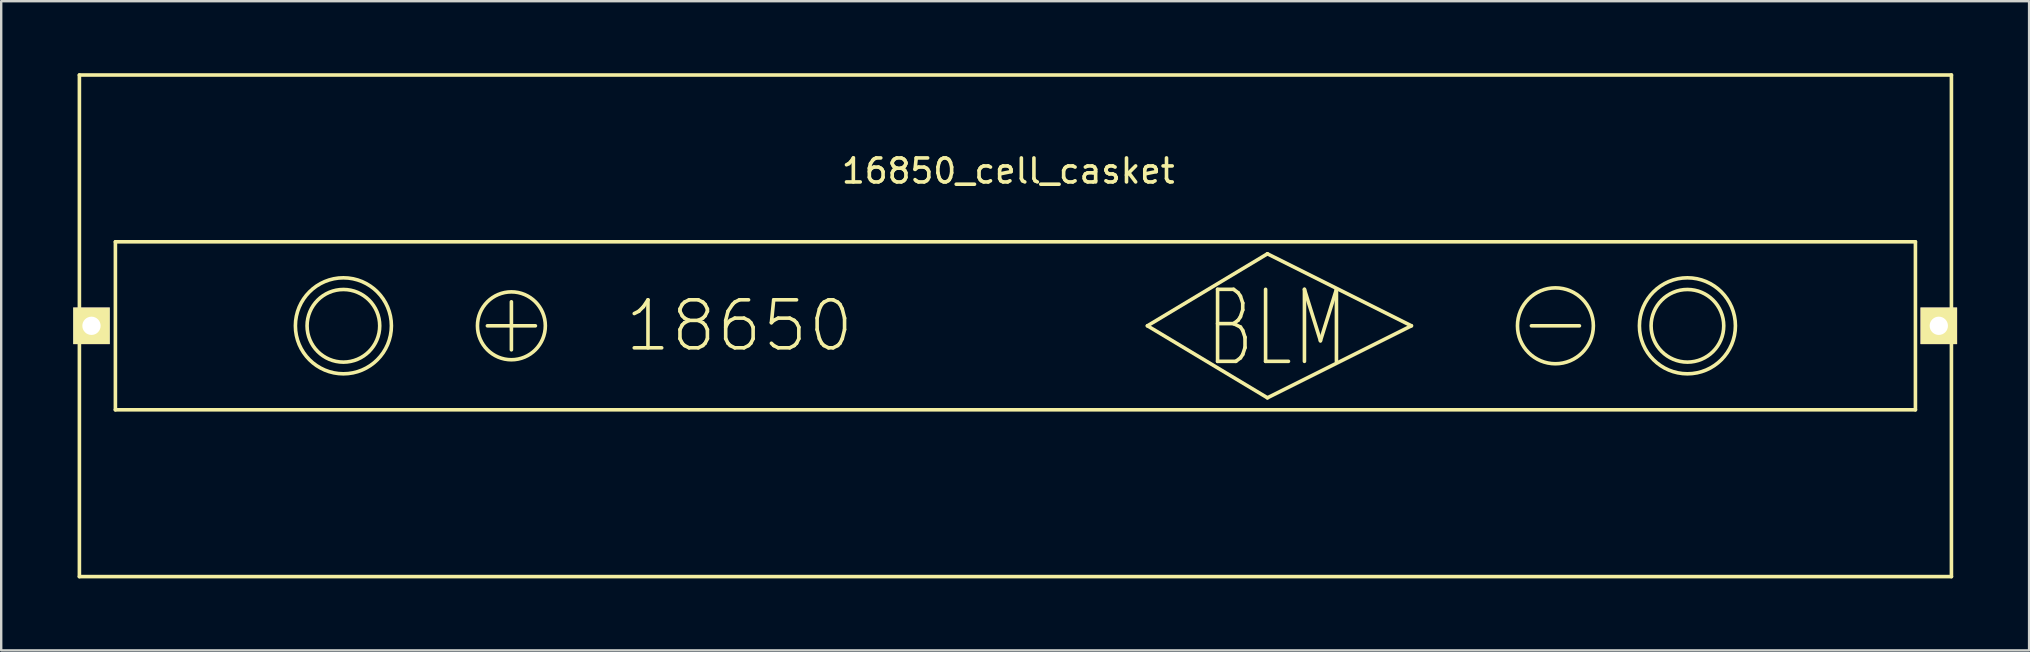
<source format=kicad_pcb>
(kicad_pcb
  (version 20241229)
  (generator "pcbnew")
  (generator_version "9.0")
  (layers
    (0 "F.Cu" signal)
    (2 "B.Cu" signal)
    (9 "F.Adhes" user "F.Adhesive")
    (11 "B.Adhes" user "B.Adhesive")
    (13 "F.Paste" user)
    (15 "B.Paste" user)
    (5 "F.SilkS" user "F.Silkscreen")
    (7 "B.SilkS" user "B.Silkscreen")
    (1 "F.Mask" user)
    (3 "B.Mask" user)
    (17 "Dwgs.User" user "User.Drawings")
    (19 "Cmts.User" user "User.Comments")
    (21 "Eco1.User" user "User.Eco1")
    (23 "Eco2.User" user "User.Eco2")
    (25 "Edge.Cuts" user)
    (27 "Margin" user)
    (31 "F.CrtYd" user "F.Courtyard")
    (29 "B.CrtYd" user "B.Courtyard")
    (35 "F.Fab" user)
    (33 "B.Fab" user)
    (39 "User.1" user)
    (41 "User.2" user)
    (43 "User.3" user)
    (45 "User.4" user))
  (footprint "16850_cell_casket"
    (layer "F.Cu")
    (at 0.258 10.525)
    (property "Reference" "16850_cell_casket" (at 38.7 -6.45 0) (layer "F.SilkS") (effects (font (size 1 1) (thickness 0.15))))
    (attr through_hole)
    (fp_line (start 0 -10.45) (end 78 -10.45) (stroke (width 0.15) (type solid)) (layer "F.SilkS"))
    (fp_line (start 0 10.45) (end 0 -10.45) (stroke (width 0.15) (type solid)) (layer "F.SilkS"))
    (fp_line (start 1.5 -3.5) (end 76.5 -3.5) (stroke (width 0.15) (type solid)) (layer "F.SilkS"))
    (fp_line (start 1.5 3.5) (end 1.5 -3.5) (stroke (width 0.15) (type solid)) (layer "F.SilkS"))
    (fp_line (start 17 0) (end 19 0) (stroke (width 0.15) (type solid)) (layer "F.SilkS"))
    (fp_line (start 18 -1) (end 18 1) (stroke (width 0.15) (type solid)) (layer "F.SilkS"))
    (fp_line (start 49.5 -3) (end 44.5 0) (stroke (width 0.15) (type solid)) (layer "F.SilkS"))
    (fp_line (start 49.5 -3) (end 55.5 0) (stroke (width 0.15) (type solid)) (layer "F.SilkS"))
    (fp_line (start 49.5 3) (end 44.5 0) (stroke (width 0.15) (type solid)) (layer "F.SilkS"))
    (fp_line (start 55.5 0) (end 49.5 3) (stroke (width 0.15) (type solid)) (layer "F.SilkS"))
    (fp_line (start 60.5 0) (end 62.5 0) (stroke (width 0.15) (type solid)) (layer "F.SilkS"))
    (fp_line (start 76.5 -3.5) (end 76.5 3.5) (stroke (width 0.15) (type solid)) (layer "F.SilkS"))
    (fp_line (start 76.5 3.5) (end 1.5 3.5) (stroke (width 0.15) (type solid)) (layer "F.SilkS"))
    (fp_line (start 78 -10.45) (end 78 10.45) (stroke (width 0.15) (type solid)) (layer "F.SilkS"))
    (fp_line (start 78 10.45) (end 0 10.45) (stroke (width 0.15) (type solid)) (layer "F.SilkS"))
    (fp_circle (center 11 0) (end 10.8 -1.5) (stroke (width 0.15) (type solid)) (fill no) (layer "F.SilkS"))
    (fp_circle (center 11 0) (end 11 -2) (stroke (width 0.15) (type solid)) (fill no) (layer "F.SilkS"))
    (fp_circle (center 18 0) (end 19 -1) (stroke (width 0.15) (type solid)) (fill no) (layer "F.SilkS"))
    (fp_circle (center 61.5 0) (end 63 -0.5) (stroke (width 0.15) (type solid)) (fill no) (layer "F.SilkS"))
    (fp_circle (center 67 0) (end 66.8 -1.5) (stroke (width 0.15) (type solid)) (fill no) (layer "F.SilkS"))
    (fp_circle (center 67 0) (end 67 -2) (stroke (width 0.15) (type solid)) (fill no) (layer "F.SilkS"))
    (fp_text user "18650" (at 27.5 0 0) (layer "F.SilkS") (effects (font (size 2 2) (thickness 0.15))))
    (fp_text user "BLM" (at 49.9 0.1 0) (layer "F.SilkS") (effects (font (size 3 2) (thickness 0.15))))
    (pad "1" thru_hole rect (at 0.504 0) (size 1.524 1.524) (drill 0.762) (layers "*.Cu" "*.Mask" "F.SilkS"))
    (pad "2" thru_hole rect (at 77.474 0) (size 1.524 1.524) (drill 0.762) (layers "*.Cu" "*.Mask" "F.SilkS")))
  (gr_rect
    (start -3 -3)
    (end 81.494 24.05)
    (stroke (width 0.1) (type default))
    (fill no)
    (layer "Edge.Cuts")))
</source>
